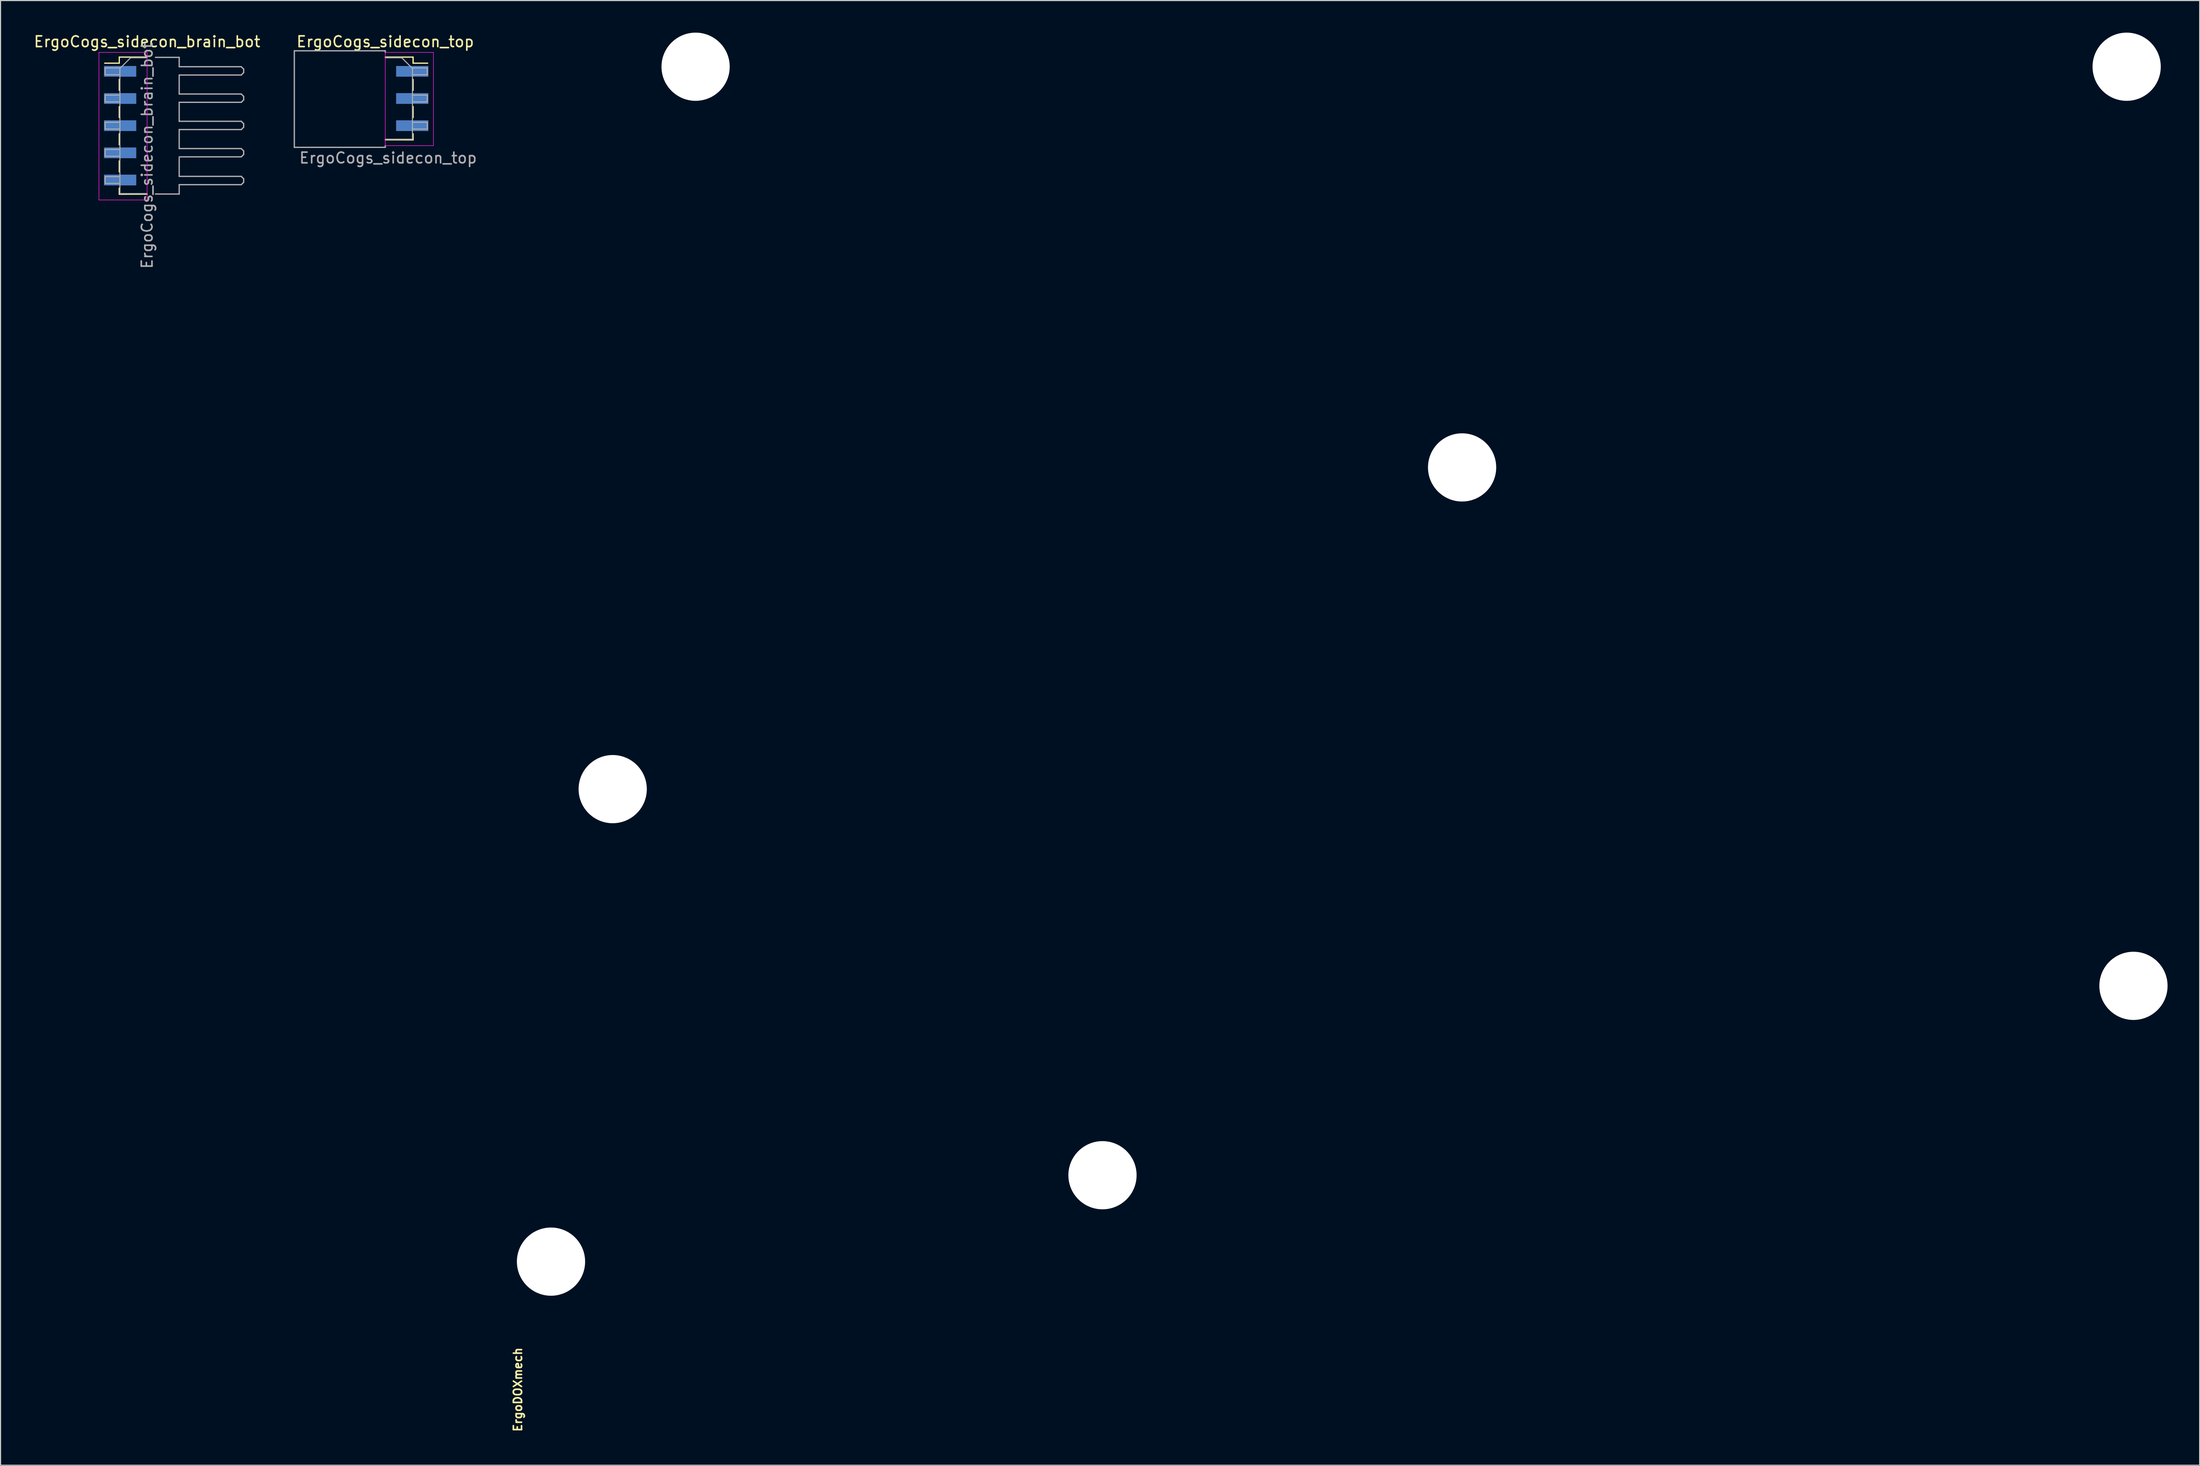
<source format=kicad_pcb>
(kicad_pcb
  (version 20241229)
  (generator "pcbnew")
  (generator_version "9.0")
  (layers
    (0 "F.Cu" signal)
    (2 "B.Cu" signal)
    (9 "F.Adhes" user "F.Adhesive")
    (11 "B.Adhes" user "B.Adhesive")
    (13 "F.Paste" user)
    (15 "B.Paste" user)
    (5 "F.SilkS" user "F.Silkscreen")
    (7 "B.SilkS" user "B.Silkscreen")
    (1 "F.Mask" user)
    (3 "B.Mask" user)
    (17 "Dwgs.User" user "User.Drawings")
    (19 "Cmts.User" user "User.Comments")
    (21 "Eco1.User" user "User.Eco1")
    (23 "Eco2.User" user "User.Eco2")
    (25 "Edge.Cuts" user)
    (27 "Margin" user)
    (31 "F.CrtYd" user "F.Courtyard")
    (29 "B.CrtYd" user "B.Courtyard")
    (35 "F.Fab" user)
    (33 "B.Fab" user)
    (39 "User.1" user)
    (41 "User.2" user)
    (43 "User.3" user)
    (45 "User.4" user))
  (footprint "ErgoCogs_sidecon_brain_bot"
    (layer "F.Cu")
    (at 8.171 3.588)
    (property "Reference" "ErgoCogs_sidecon_brain_bot" (at 2.525 -2.74 0) (layer "F.SilkS") (effects (font (size 1 1) (thickness 0.15))))
    (attr smd)
    (fp_line (start -0.075 -1.3) (end -0.075 -0.73) (stroke (width 0.12) (type solid)) (layer "F.SilkS"))
    (fp_line (start -0.075 -0.73) (end -1.435 -0.73) (stroke (width 0.12) (type solid)) (layer "F.SilkS"))
    (fp_line (start -0.075 0.79) (end -0.075 1.81) (stroke (width 0.12) (type solid)) (layer "F.SilkS"))
    (fp_line (start -0.075 3.33) (end -0.075 4.35) (stroke (width 0.12) (type solid)) (layer "F.SilkS"))
    (fp_line (start -0.075 5.87) (end -0.075 6.89) (stroke (width 0.12) (type solid)) (layer "F.SilkS"))
    (fp_line (start -0.075 8.41) (end -0.075 9.43) (stroke (width 0.12) (type solid)) (layer "F.SilkS"))
    (fp_line (start -0.075 10.95) (end -0.075 11.52) (stroke (width 0.12) (type solid)) (layer "F.SilkS"))
    (fp_line (start 2.525 -1.3) (end -0.075 -1.3) (stroke (width 0.12) (type solid)) (layer "F.SilkS"))
    (fp_line (start 2.525 11.51) (end -0.075 11.52) (stroke (width 0.12) (type solid)) (layer "F.SilkS"))
    (fp_line (start -1.975 -1.74) (end -1.975 12.054) (stroke (width 0.05) (type solid)) (layer "F.CrtYd"))
    (fp_line (start -1.975 12.054) (end 2.525 12.054) (stroke (width 0.05) (type solid)) (layer "F.CrtYd"))
    (fp_line (start 2.525 -1.74) (end -1.975 -1.74) (stroke (width 0.05) (type solid)) (layer "F.CrtYd"))
    (fp_line (start 2.525 -1.74) (end 2.525 12.054) (stroke (width 0.05) (type solid)) (layer "F.CrtYd"))
    (fp_line (start -1.395 -0.29) (end -1.395 0.35) (stroke (width 0.1) (type solid)) (layer "F.Fab"))
    (fp_line (start -1.395 0.35) (end -0.015 0.35) (stroke (width 0.1) (type solid)) (layer "F.Fab"))
    (fp_line (start -1.395 2.25) (end -1.395 2.89) (stroke (width 0.1) (type solid)) (layer "F.Fab"))
    (fp_line (start -1.395 2.89) (end -0.015 2.89) (stroke (width 0.1) (type solid)) (layer "F.Fab"))
    (fp_line (start -1.395 4.79) (end -1.395 5.43) (stroke (width 0.1) (type solid)) (layer "F.Fab"))
    (fp_line (start -1.395 5.43) (end -0.015 5.43) (stroke (width 0.1) (type solid)) (layer "F.Fab"))
    (fp_line (start -1.395 7.33) (end -1.395 7.97) (stroke (width 0.1) (type solid)) (layer "F.Fab"))
    (fp_line (start -1.395 7.97) (end -0.015 7.97) (stroke (width 0.1) (type solid)) (layer "F.Fab"))
    (fp_line (start -1.395 9.87) (end -1.395 10.51) (stroke (width 0.1) (type solid)) (layer "F.Fab"))
    (fp_line (start -1.395 10.51) (end -0.015 10.51) (stroke (width 0.1) (type solid)) (layer "F.Fab"))
    (fp_line (start -0.015 -0.29) (end -1.395 -0.29) (stroke (width 0.1) (type solid)) (layer "F.Fab"))
    (fp_line (start -0.015 -0.24) (end -0.015 11.46) (stroke (width 0.1) (type solid)) (layer "F.Fab"))
    (fp_line (start -0.015 2.25) (end -1.395 2.25) (stroke (width 0.1) (type solid)) (layer "F.Fab"))
    (fp_line (start -0.015 4.79) (end -1.395 4.79) (stroke (width 0.1) (type solid)) (layer "F.Fab"))
    (fp_line (start -0.015 7.33) (end -1.395 7.33) (stroke (width 0.1) (type solid)) (layer "F.Fab"))
    (fp_line (start -0.015 9.87) (end -1.395 9.87) (stroke (width 0.1) (type solid)) (layer "F.Fab"))
    (fp_line (start -0.015 11.46) (end 2.525 11.46) (stroke (width 0.1) (type solid)) (layer "F.Fab"))
    (fp_line (start 0.985 -1.24) (end -0.015 -0.24) (stroke (width 0.1) (type solid)) (layer "F.Fab"))
    (fp_line (start 2.525 -1.24) (end 0.985 -1.24) (stroke (width 0.1) (type solid)) (layer "F.Fab"))
    (fp_line (start 5.525 -1.275) (end 3.3 -1.275) (stroke (width 0.12) (type solid)) (layer "F.Fab"))
    (fp_line (start 5.525 -0.4) (end 5.525 -1.275) (stroke (width 0.12) (type solid)) (layer "F.Fab"))
    (fp_line (start 5.525 2.15) (end 5.525 0.375) (stroke (width 0.12) (type solid)) (layer "F.Fab"))
    (fp_line (start 5.525 4.7) (end 5.525 2.925) (stroke (width 0.12) (type solid)) (layer "F.Fab"))
    (fp_line (start 5.525 7.25) (end 5.525 5.475) (stroke (width 0.12) (type solid)) (layer "F.Fab"))
    (fp_line (start 5.525 9.85) (end 5.525 8.125) (stroke (width 0.12) (type solid)) (layer "F.Fab"))
    (fp_line (start 5.525 10.625) (end 5.525 11.5) (stroke (width 0.12) (type solid)) (layer "F.Fab"))
    (fp_line (start 5.525 11.5) (end 3.3 11.5) (stroke (width 0.12) (type solid)) (layer "F.Fab"))
    (fp_line (start 11.325 -0.4) (end 5.525 -0.4) (stroke (width 0.12) (type solid)) (layer "F.Fab"))
    (fp_line (start 11.325 0.375) (end 5.525 0.375) (stroke (width 0.12) (type solid)) (layer "F.Fab"))
    (fp_line (start 11.325 2.15) (end 5.525 2.15) (stroke (width 0.12) (type solid)) (layer "F.Fab"))
    (fp_line (start 11.325 2.925) (end 5.525 2.925) (stroke (width 0.12) (type solid)) (layer "F.Fab"))
    (fp_line (start 11.325 4.7) (end 5.525 4.7) (stroke (width 0.12) (type solid)) (layer "F.Fab"))
    (fp_line (start 11.325 5.475) (end 5.525 5.475) (stroke (width 0.12) (type solid)) (layer "F.Fab"))
    (fp_line (start 11.325 7.25) (end 5.525 7.25) (stroke (width 0.12) (type solid)) (layer "F.Fab"))
    (fp_line (start 11.325 8.025) (end 5.525 8.025) (stroke (width 0.12) (type solid)) (layer "F.Fab"))
    (fp_line (start 11.325 9.85) (end 5.525 9.85) (stroke (width 0.12) (type solid)) (layer "F.Fab"))
    (fp_line (start 11.325 10.625) (end 5.525 10.625) (stroke (width 0.12) (type solid)) (layer "F.Fab"))
    (fp_line (start 11.55 -0.175) (end 11.325 -0.4) (stroke (width 0.12) (type solid)) (layer "F.Fab"))
    (fp_line (start 11.55 -0.025) (end 11.55 -0.175) (stroke (width 0.12) (type solid)) (layer "F.Fab"))
    (fp_line (start 11.55 0) (end 11.55 0.15) (stroke (width 0.12) (type solid)) (layer "F.Fab"))
    (fp_line (start 11.55 0.15) (end 11.325 0.375) (stroke (width 0.12) (type solid)) (layer "F.Fab"))
    (fp_line (start 11.55 2.375) (end 11.325 2.15) (stroke (width 0.12) (type solid)) (layer "F.Fab"))
    (fp_line (start 11.55 2.525) (end 11.55 2.375) (stroke (width 0.12) (type solid)) (layer "F.Fab"))
    (fp_line (start 11.55 2.55) (end 11.55 2.7) (stroke (width 0.12) (type solid)) (layer "F.Fab"))
    (fp_line (start 11.55 2.7) (end 11.325 2.925) (stroke (width 0.12) (type solid)) (layer "F.Fab"))
    (fp_line (start 11.55 4.925) (end 11.325 4.7) (stroke (width 0.12) (type solid)) (layer "F.Fab"))
    (fp_line (start 11.55 5.075) (end 11.55 4.925) (stroke (width 0.12) (type solid)) (layer "F.Fab"))
    (fp_line (start 11.55 5.1) (end 11.55 5.25) (stroke (width 0.12) (type solid)) (layer "F.Fab"))
    (fp_line (start 11.55 5.25) (end 11.325 5.475) (stroke (width 0.12) (type solid)) (layer "F.Fab"))
    (fp_line (start 11.55 7.475) (end 11.325 7.25) (stroke (width 0.12) (type solid)) (layer "F.Fab"))
    (fp_line (start 11.55 7.625) (end 11.55 7.475) (stroke (width 0.12) (type solid)) (layer "F.Fab"))
    (fp_line (start 11.55 7.65) (end 11.55 7.8) (stroke (width 0.12) (type solid)) (layer "F.Fab"))
    (fp_line (start 11.55 7.8) (end 11.325 8.025) (stroke (width 0.12) (type solid)) (layer "F.Fab"))
    (fp_line (start 11.55 10.075) (end 11.325 9.85) (stroke (width 0.12) (type solid)) (layer "F.Fab"))
    (fp_line (start 11.55 10.225) (end 11.55 10.075) (stroke (width 0.12) (type solid)) (layer "F.Fab"))
    (fp_line (start 11.55 10.25) (end 11.55 10.4) (stroke (width 0.12) (type solid)) (layer "F.Fab"))
    (fp_line (start 11.55 10.4) (end 11.325 10.625) (stroke (width 0.12) (type solid)) (layer "F.Fab"))
    (fp_text user "${REFERENCE}" (at 2.525 7.904 90) (layer "F.Fab") (effects (font (size 1 1) (thickness 0.15))))
    (pad "1" smd rect (at 0.005 0.03) (size 3 1) (layers "F.Cu" "F.Mask" "F.Paste"))
    (pad "2" smd rect (at 0.005 0.03 180) (size 3 1) (layers "B.Cu" "B.Mask" "B.Paste"))
    (pad "3" smd rect (at 0.005 2.57) (size 3 1) (layers "F.Cu" "F.Mask" "F.Paste"))
    (pad "4" smd rect (at 0.005 2.57 180) (size 3 1) (layers "B.Cu" "B.Mask" "B.Paste"))
    (pad "5" smd rect (at 0.005 5.11) (size 3 1) (layers "F.Cu" "F.Mask" "F.Paste"))
    (pad "6" smd rect (at 0.005 5.11 180) (size 3 1) (layers "B.Cu" "B.Mask" "B.Paste"))
    (pad "7" smd rect (at 0.005 7.65) (size 3 1) (layers "F.Cu" "F.Mask" "F.Paste"))
    (pad "8" smd rect (at 0.005 7.65 180) (size 3 1) (layers "B.Cu" "B.Mask" "B.Paste"))
    (pad "9" smd rect (at 0.005 10.19) (size 3 1) (layers "F.Cu" "F.Mask" "F.Paste"))
    (pad "10" smd rect (at 0.005 10.19 180) (size 3 1) (layers "B.Cu" "B.Mask" "B.Paste")))
  (footprint "ErgoDOXmech"
    (layer "F.Cu")
    (at 45.341 126.853)
    (property "Reference" "ErgoDOXmech" (at 0 0 90) (layer "F.SilkS") (effects (font (size 0.762 0.762) (thickness 0.152))))
    (attr through_hole)
    (pad "" np_thru_hole circle (at 3.099 -11.963) (size 6.375 6.375) (drill 6.375) (layers "*.Cu" "*.Mask"))
    (pad "" np_thru_hole circle (at 8.865 -56.134) (size 6.375 6.375) (drill 6.375) (layers "*.Cu" "*.Mask"))
    (pad "" np_thru_hole circle (at 16.612 -123.665) (size 6.375 6.375) (drill 6.375) (layers "*.Cu" "*.Mask"))
    (pad "" np_thru_hole circle (at 54.635 -20.041) (size 6.375 6.375) (drill 6.375) (layers "*.Cu" "*.Mask"))
    (pad "" np_thru_hole circle (at 88.24 -86.208) (size 6.375 6.375) (drill 6.375) (layers "*.Cu" "*.Mask"))
    (pad "" np_thru_hole circle (at 150.343 -123.665) (size 6.375 6.375) (drill 6.375) (layers "*.Cu" "*.Mask"))
    (pad "" np_thru_hole circle (at 150.978 -37.744) (size 6.375 6.375) (drill 6.375) (layers "*.Cu" "*.Mask")))
  (footprint "ErgoCogs_sidecon_top"
    (layer "F.Cu")
    (at 35.503 3.588)
    (property "Reference" "ErgoCogs_sidecon_top" (at -2.55 -2.74 0) (layer "F.SilkS") (effects (font (size 1 1) (thickness 0.15))))
    (attr smd)
    (fp_line (start -2.55 -1.3) (end 0.05 -1.3) (stroke (width 0.12) (type solid)) (layer "F.SilkS"))
    (fp_line (start -2.55 6.43) (end 0.05 6.44) (stroke (width 0.12) (type solid)) (layer "F.SilkS"))
    (fp_line (start 0.05 -1.3) (end 0.05 -0.73) (stroke (width 0.12) (type solid)) (layer "F.SilkS"))
    (fp_line (start 0.05 -0.73) (end 1.41 -0.73) (stroke (width 0.12) (type solid)) (layer "F.SilkS"))
    (fp_line (start 0.05 0.79) (end 0.05 1.81) (stroke (width 0.12) (type solid)) (layer "F.SilkS"))
    (fp_line (start 0.05 3.33) (end 0.05 4.35) (stroke (width 0.12) (type solid)) (layer "F.SilkS"))
    (fp_line (start 0.05 5.87) (end 0.05 6.44) (stroke (width 0.12) (type solid)) (layer "F.SilkS"))
    (fp_line (start -2.55 -1.74) (end -2.55 6.974) (stroke (width 0.05) (type solid)) (layer "F.CrtYd"))
    (fp_line (start -2.55 -1.74) (end 1.95 -1.74) (stroke (width 0.05) (type solid)) (layer "F.CrtYd"))
    (fp_line (start 1.95 -1.74) (end 1.95 6.974) (stroke (width 0.05) (type solid)) (layer "F.CrtYd"))
    (fp_line (start 1.95 6.974) (end -2.55 6.974) (stroke (width 0.05) (type solid)) (layer "F.CrtYd"))
    (fp_line (start -11.05 7.135) (end -11.05 -1.89) (stroke (width 0.12) (type solid)) (layer "F.Fab"))
    (fp_line (start -2.55 -1.89) (end -11.05 -1.89) (stroke (width 0.12) (type solid)) (layer "F.Fab"))
    (fp_line (start -2.55 -1.74) (end -2.55 -1.89) (stroke (width 0.12) (type solid)) (layer "F.Fab"))
    (fp_line (start -2.55 -1.24) (end -1.01 -1.24) (stroke (width 0.1) (type solid)) (layer "F.Fab"))
    (fp_line (start -2.55 6.974) (end -2.55 7.135) (stroke (width 0.12) (type solid)) (layer "F.Fab"))
    (fp_line (start -2.55 7.135) (end -11.05 7.135) (stroke (width 0.12) (type solid)) (layer "F.Fab"))
    (fp_line (start -1.01 -1.24) (end -0.01 -0.24) (stroke (width 0.1) (type solid)) (layer "F.Fab"))
    (fp_line (start -0.01 -0.29) (end 1.37 -0.29) (stroke (width 0.1) (type solid)) (layer "F.Fab"))
    (fp_line (start -0.01 -0.24) (end -0.01 6.38) (stroke (width 0.1) (type solid)) (layer "F.Fab"))
    (fp_line (start -0.01 2.25) (end 1.37 2.25) (stroke (width 0.1) (type solid)) (layer "F.Fab"))
    (fp_line (start -0.01 4.79) (end 1.37 4.79) (stroke (width 0.1) (type solid)) (layer "F.Fab"))
    (fp_line (start -0.01 6.38) (end -2.55 6.38) (stroke (width 0.1) (type solid)) (layer "F.Fab"))
    (fp_line (start 1.37 -0.29) (end 1.37 0.35) (stroke (width 0.1) (type solid)) (layer "F.Fab"))
    (fp_line (start 1.37 0.35) (end -0.01 0.35) (stroke (width 0.1) (type solid)) (layer "F.Fab"))
    (fp_line (start 1.37 2.25) (end 1.37 2.89) (stroke (width 0.1) (type solid)) (layer "F.Fab"))
    (fp_line (start 1.37 2.89) (end -0.01 2.89) (stroke (width 0.1) (type solid)) (layer "F.Fab"))
    (fp_line (start 1.37 4.79) (end 1.37 5.43) (stroke (width 0.1) (type solid)) (layer "F.Fab"))
    (fp_line (start 1.37 5.43) (end -0.01 5.43) (stroke (width 0.1) (type solid)) (layer "F.Fab"))
    (fp_text user "${REFERENCE}" (at -2.286 8.128 180) (layer "F.Fab") (effects (font (size 1 1) (thickness 0.15))))
    (pad "1" smd rect (at -0.03 0.03) (size 3 1) (layers "F.Cu" "F.Mask" "F.Paste"))
    (pad "2" smd rect (at -0.03 0.03 180) (size 3 1) (layers "B.Cu" "B.Mask" "B.Paste"))
    (pad "3" smd rect (at -0.03 2.57) (size 3 1) (layers "F.Cu" "F.Mask" "F.Paste"))
    (pad "4" smd rect (at -0.03 2.57 180) (size 3 1) (layers "B.Cu" "B.Mask" "B.Paste"))
    (pad "5" smd rect (at -0.03 5.11) (size 3 1) (layers "F.Cu" "F.Mask" "F.Paste"))
    (pad "6" smd rect (at -0.03 5.11 180) (size 3 1) (layers "B.Cu" "B.Mask" "B.Paste")))
  (gr_rect
    (start -3 -3)
    (end 202.506 133.924)
    (stroke (width 0.1) (type default))
    (fill no)
    (layer "Edge.Cuts")))
</source>
